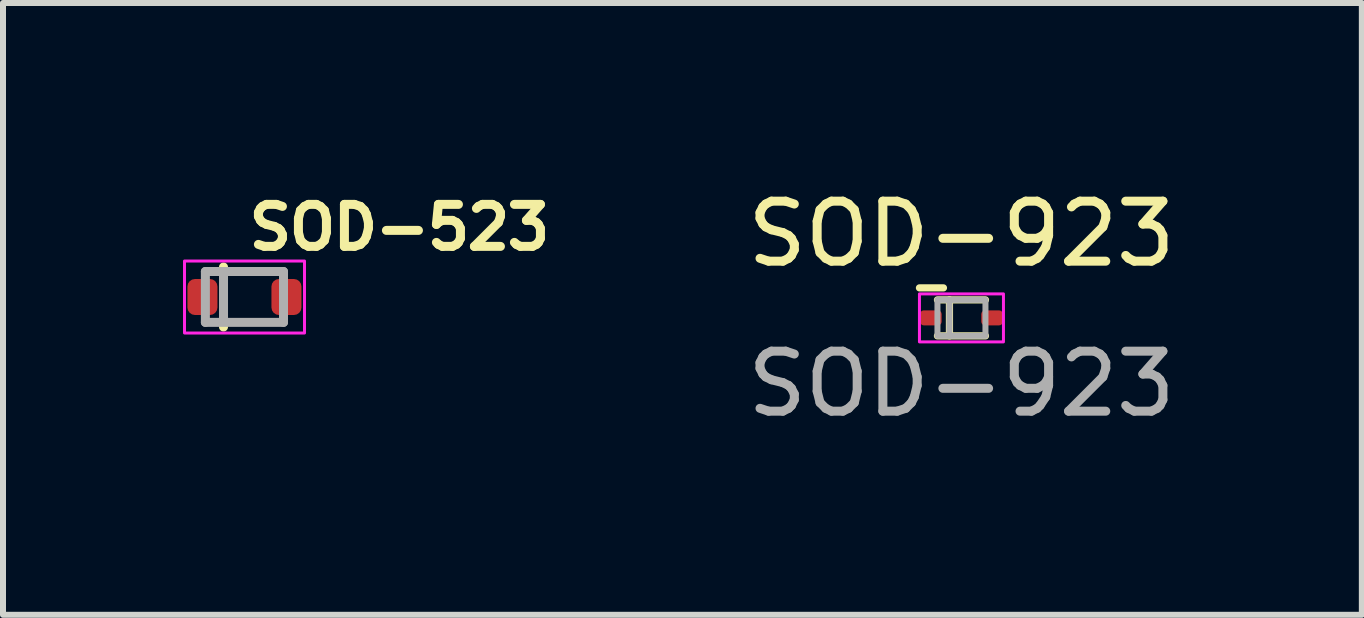
<source format=kicad_pcb>
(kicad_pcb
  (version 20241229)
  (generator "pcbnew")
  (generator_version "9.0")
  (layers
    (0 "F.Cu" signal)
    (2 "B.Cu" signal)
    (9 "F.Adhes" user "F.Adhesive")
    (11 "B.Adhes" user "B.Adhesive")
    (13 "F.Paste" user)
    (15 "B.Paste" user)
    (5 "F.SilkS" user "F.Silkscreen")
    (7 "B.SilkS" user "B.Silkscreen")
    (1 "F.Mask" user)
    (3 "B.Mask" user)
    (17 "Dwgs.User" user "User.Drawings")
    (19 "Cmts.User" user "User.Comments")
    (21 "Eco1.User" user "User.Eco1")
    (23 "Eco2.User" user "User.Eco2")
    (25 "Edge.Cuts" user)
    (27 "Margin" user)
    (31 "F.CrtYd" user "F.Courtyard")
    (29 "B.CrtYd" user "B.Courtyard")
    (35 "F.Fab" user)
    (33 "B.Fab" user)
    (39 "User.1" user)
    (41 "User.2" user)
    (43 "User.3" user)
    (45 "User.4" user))
  (footprint "SOD-923"
    (layer "F.Cu")
    (at 12.974 2.248)
    (property "Reference" "SOD-923" (at 0 -1.4 0) (unlocked yes) (layer "F.SilkS") (effects (font (size 1 1) (thickness 0.15))))
    (attr smd)
    (fp_line (start -0.4 -0.3) (end 0.4 -0.3) (stroke (width 0.12) (type solid)) (layer "F.SilkS"))
    (fp_line (start -0.4 0.3) (end 0.4 0.3) (stroke (width 0.12) (type solid)) (layer "F.SilkS"))
    (fp_line (start -0.3 -0.5) (end -0.7 -0.5) (stroke (width 0.12) (type solid)) (layer "F.SilkS"))
    (fp_line (start -0.2 -0.3) (end -0.2 0.3) (stroke (width 0.12) (type solid)) (layer "F.SilkS"))
    (fp_rect (start -0.7 -0.4) (end 0.7 0.4) (stroke (width 0.05) (type solid)) (fill no) (layer "F.CrtYd"))
    (fp_line (start -0.2 -0.3) (end -0.2 0.3) (stroke (width 0.1) (type solid)) (layer "F.Fab"))
    (fp_rect (start -0.4 -0.3) (end 0.4 0.3) (stroke (width 0.1) (type solid)) (fill no) (layer "F.Fab"))
    (fp_text user "${REFERENCE}" (at 0 1.1 0) (unlocked yes) (layer "F.Fab") (effects (font (size 1 1) (thickness 0.15))))
    (pad "1" smd roundrect (at -0.51 0) (size 0.36 0.25) (layers "F.Cu" "F.Mask" "F.Paste") (roundrect_rratio 0.25))
    (pad "2" smd roundrect (at 0.51 0) (size 0.36 0.25) (layers "F.Cu" "F.Mask" "F.Paste") (roundrect_rratio 0.25)))
  (footprint "SOD-523"
    (layer "F.Cu")
    (at 1.025 1.9)
    (property "Reference" "SOD-523" (at 0 -0.75 0) (layer "F.SilkS") (effects (font (size 0.7 0.7) (thickness 0.15)) (justify left bottom)))
    (attr smd)
    (fp_line (start -0.35 -0.5) (end -0.35 0.5) (stroke (width 0.15) (type solid)) (layer "F.SilkS"))
    (fp_rect (start -1 -0.6) (end 1 0.6) (stroke (width 0.05) (type solid)) (fill no) (layer "F.CrtYd"))
    (fp_line (start -0.652 -0.425) (end 0.65 -0.425) (stroke (width 0.15) (type solid)) (layer "F.Fab"))
    (fp_line (start -0.652 0.423) (end -0.652 -0.425) (stroke (width 0.15) (type solid)) (layer "F.Fab"))
    (fp_line (start -0.652 0.423) (end 0.65 0.423) (stroke (width 0.15) (type solid)) (layer "F.Fab"))
    (fp_line (start -0.35 -0.4) (end -0.35 0.4) (stroke (width 0.15) (type solid)) (layer "F.Fab"))
    (fp_line (start 0.65 -0.425) (end 0.65 0.423) (stroke (width 0.15) (type solid)) (layer "F.Fab"))
    (fp_rect (start -0.85 -0.452) (end 0.848 0.45) (stroke (width 0.1) (type solid)) (fill no) (layer "User.5"))
    (fp_line (start -0.85 -0.176) (end -0.85 0.174) (stroke (width 0.02) (type solid)) (layer "User.9"))
    (fp_line (start -0.85 0.174) (end -0.652 0.174) (stroke (width 0.02) (type solid)) (layer "User.9"))
    (fp_line (start -0.652 -0.452) (end 0.65 -0.452) (stroke (width 0.02) (type solid)) (layer "User.9"))
    (fp_line (start -0.652 -0.176) (end -0.85 -0.176) (stroke (width 0.02) (type solid)) (layer "User.9"))
    (fp_line (start -0.652 -0.176) (end -0.652 -0.452) (stroke (width 0.02) (type solid)) (layer "User.9"))
    (fp_line (start -0.652 0.174) (end -0.652 -0.176) (stroke (width 0.02) (type solid)) (layer "User.9"))
    (fp_line (start -0.652 0.45) (end -0.652 0.174) (stroke (width 0.02) (type solid)) (layer "User.9"))
    (fp_line (start -0.603 -0.404) (end -0.652 -0.452) (stroke (width 0.02) (type solid)) (layer "User.9"))
    (fp_line (start -0.603 -0.404) (end -0.554 -0.353) (stroke (width 0.02) (type solid)) (layer "User.9"))
    (fp_line (start -0.603 0.402) (end -0.652 0.45) (stroke (width 0.02) (type solid)) (layer "User.9"))
    (fp_line (start -0.603 0.402) (end -0.554 0.351) (stroke (width 0.02) (type solid)) (layer "User.9"))
    (fp_line (start -0.5 -0.293) (end -0.5 0.291) (stroke (width 0.02) (type solid)) (layer "User.9"))
    (fp_line (start -0.5 0.291) (end -0.402 0.291) (stroke (width 0.02) (type solid)) (layer "User.9"))
    (fp_line (start -0.402 -0.293) (end -0.5 -0.293) (stroke (width 0.02) (type solid)) (layer "User.9"))
    (fp_line (start -0.402 0.291) (end -0.402 -0.293) (stroke (width 0.02) (type solid)) (layer "User.9"))
    (fp_line (start 0.552 -0.353) (end 0.601 -0.404) (stroke (width 0.02) (type solid)) (layer "User.9"))
    (fp_line (start 0.552 0.351) (end 0.601 0.402) (stroke (width 0.02) (type solid)) (layer "User.9"))
    (fp_line (start 0.65 -0.452) (end 0.601 -0.404) (stroke (width 0.02) (type solid)) (layer "User.9"))
    (fp_line (start 0.65 -0.452) (end 0.65 -0.176) (stroke (width 0.02) (type solid)) (layer "User.9"))
    (fp_line (start 0.65 -0.176) (end 0.65 0.174) (stroke (width 0.02) (type solid)) (layer "User.9"))
    (fp_line (start 0.65 0.174) (end 0.65 0.45) (stroke (width 0.02) (type solid)) (layer "User.9"))
    (fp_line (start 0.65 0.174) (end 0.848 0.174) (stroke (width 0.02) (type solid)) (layer "User.9"))
    (fp_line (start 0.65 0.45) (end -0.652 0.45) (stroke (width 0.02) (type solid)) (layer "User.9"))
    (fp_line (start 0.65 0.45) (end 0.601 0.402) (stroke (width 0.02) (type solid)) (layer "User.9"))
    (fp_line (start 0.848 -0.176) (end 0.65 -0.176) (stroke (width 0.02) (type solid)) (layer "User.9"))
    (fp_line (start 0.848 0.174) (end 0.848 -0.176) (stroke (width 0.02) (type solid)) (layer "User.9"))
    (pad "1" smd roundrect (at -0.701 0) (size 0.5 0.6) (layers "F.Cu" "F.Mask" "F.Paste") (roundrect_rratio 0.25))
    (pad "2" smd roundrect (at 0.699 0) (size 0.5 0.6) (layers "F.Cu" "F.Mask" "F.Paste") (roundrect_rratio 0.25)))
  (gr_rect
    (start -3 -3)
    (end 19.647 7.197)
    (stroke (width 0.1) (type default))
    (fill no)
    (layer "Edge.Cuts")))
</source>
